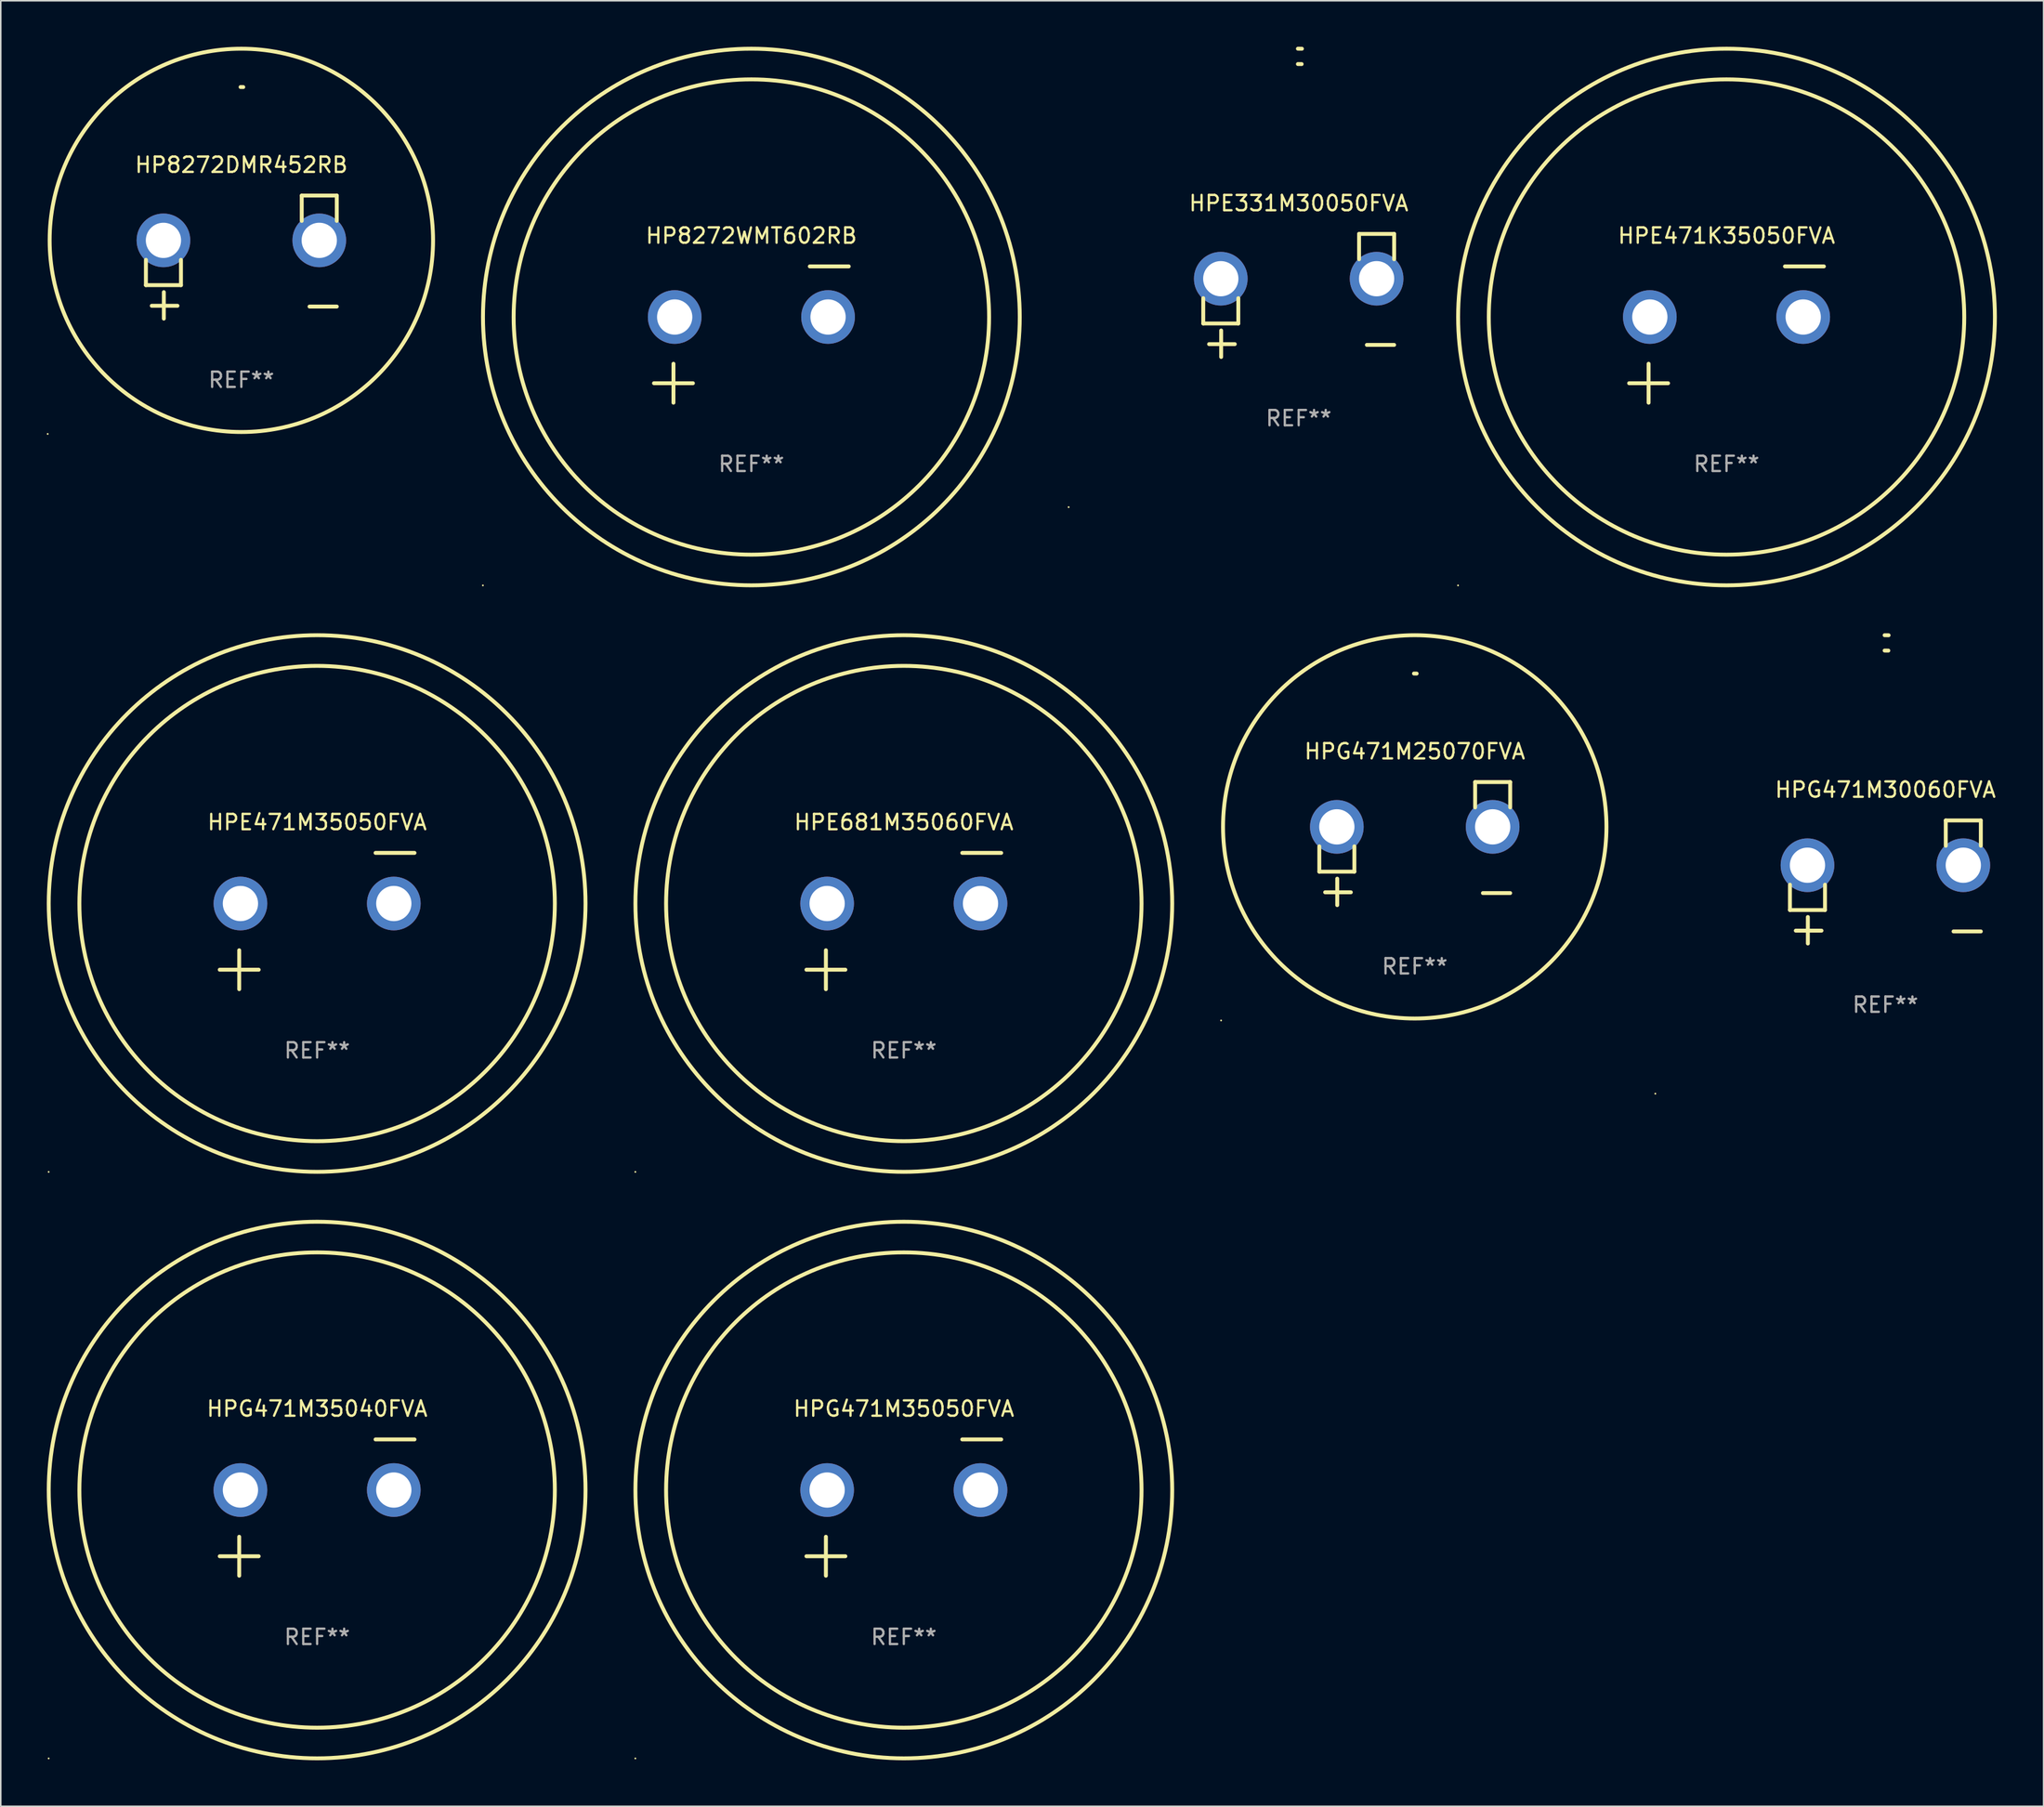
<source format=kicad_pcb>
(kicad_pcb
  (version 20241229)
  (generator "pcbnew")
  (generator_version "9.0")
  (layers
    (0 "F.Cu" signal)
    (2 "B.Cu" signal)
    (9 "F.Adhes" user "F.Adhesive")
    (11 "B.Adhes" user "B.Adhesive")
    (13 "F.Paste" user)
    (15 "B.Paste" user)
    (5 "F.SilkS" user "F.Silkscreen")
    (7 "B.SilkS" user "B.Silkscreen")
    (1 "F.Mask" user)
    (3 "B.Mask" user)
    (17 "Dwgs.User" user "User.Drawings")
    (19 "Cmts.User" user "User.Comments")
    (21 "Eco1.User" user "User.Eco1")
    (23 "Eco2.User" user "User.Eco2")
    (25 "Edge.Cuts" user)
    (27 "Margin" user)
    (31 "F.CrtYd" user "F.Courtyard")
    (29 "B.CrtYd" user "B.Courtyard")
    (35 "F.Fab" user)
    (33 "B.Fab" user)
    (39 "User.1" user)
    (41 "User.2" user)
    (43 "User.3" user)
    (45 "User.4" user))
  (footprint "HPE331M30050FVA"
    (layer "F.Cu")
    (at 81.628 16.22)
    (property "Reference" "HPE331M30050FVA" (at 0 -6.013 0) (layer "F.SilkS") (effects (font (size 1 1) (thickness 0.15))))
    (attr through_hole)
    (fp_line (start -6.223 0.178) (end -6.223 1.829) (stroke (width 0.254) (type solid)) (layer "F.SilkS"))
    (fp_line (start -6.223 1.829) (end -3.937 1.829) (stroke (width 0.254) (type solid)) (layer "F.SilkS"))
    (fp_line (start -5.055 4.013) (end -5.055 2.286) (stroke (width 0.254) (type solid)) (layer "F.SilkS"))
    (fp_line (start -4.166 3.175) (end -5.842 3.175) (stroke (width 0.254) (type solid)) (layer "F.SilkS"))
    (fp_line (start -3.937 1.829) (end -3.937 0.178) (stroke (width 0.254) (type solid)) (layer "F.SilkS"))
    (fp_line (start 3.937 -4.013) (end 3.937 -2.362) (stroke (width 0.254) (type solid)) (layer "F.SilkS"))
    (fp_line (start 6.223 -4.013) (end 3.937 -4.013) (stroke (width 0.254) (type solid)) (layer "F.SilkS"))
    (fp_line (start 6.223 -2.362) (end 6.223 -4.013) (stroke (width 0.254) (type solid)) (layer "F.SilkS"))
    (fp_line (start 6.223 3.226) (end 4.445 3.226) (stroke (width 0.254) (type solid)) (layer "F.SilkS"))
    (fp_arc (start -0.0508 -16.093472) (mid 0.080016 -16.092762) (end 0.210821 -16.090932) (stroke (width 0.254001) (type solid)) (layer "F.SilkS"))
    (fp_arc (start -0.0508 -15.09271) (mid 0.071125 -15.091961) (end 0.19304 -15.09017) (stroke (width 0.254001) (type solid)) (layer "F.SilkS"))
    (fp_circle (center -15 13.808) (end -14.97 13.808) (stroke (width 0.06) (type solid)) (fill no) (layer "F.SilkS"))
    (fp_text user "REF**" (at 0 8.013 0) (layer "F.Fab") (effects (font (size 1 1) (thickness 0.15))))
    (pad "1" thru_hole circle (at -5.08 -1.092) (size 3.5 3.5) (drill 2.3) (layers "*.Cu" "*.Mask"))
    (pad "2" thru_hole circle (at 5.08 -1.092) (size 3.5 3.5) (drill 2.3) (layers "*.Cu" "*.Mask")))
  (footprint "HPG471M35040FVA"
    (layer "F.Cu")
    (at 17.627 95.279)
    (property "Reference" "HPG471M35040FVA" (at 0 -6.445 0) (layer "F.SilkS") (effects (font (size 1 1) (thickness 0.15))))
    (attr through_hole)
    (fp_line (start -6.35 3.175) (end -3.81 3.175) (stroke (width 0.254) (type solid)) (layer "F.SilkS"))
    (fp_line (start -5.08 1.905) (end -5.08 4.445) (stroke (width 0.254) (type solid)) (layer "F.SilkS"))
    (fp_line (start 3.81 -4.445) (end 6.35 -4.445) (stroke (width 0.254) (type solid)) (layer "F.SilkS"))
    (fp_circle (center -17.505 16.362) (end -17.475 16.362) (stroke (width 0.06) (type solid)) (fill no) (layer "F.SilkS"))
    (fp_circle (center 0 -1.143) (end 15.5 -1.143) (stroke (width 0.254) (type solid)) (fill no) (layer "F.SilkS"))
    (fp_circle (center 0 -1.143) (end 17.5 -1.143) (stroke (width 0.254) (type solid)) (fill no) (layer "F.SilkS"))
    (fp_text user "REF**" (at 0 8.445 0) (layer "F.Fab") (effects (font (size 1 1) (thickness 0.15))))
    (pad "1" thru_hole circle (at -5 -1.143) (size 3.5 3.5) (drill 2.3) (layers "*.Cu" "*.Mask"))
    (pad "2" thru_hole circle (at 5 -1.143) (size 3.5 3.5) (drill 2.3) (layers "*.Cu" "*.Mask")))
  (footprint "HP8272DMR452RB"
    (layer "F.Cu")
    (at 12.687 13.719)
    (property "Reference" "HP8272DMR452RB" (at 0 -6.013 0) (layer "F.SilkS") (effects (font (size 1 1) (thickness 0.15))))
    (attr through_hole)
    (fp_line (start -6.223 0.178) (end -6.223 1.829) (stroke (width 0.254) (type solid)) (layer "F.SilkS"))
    (fp_line (start -6.223 1.829) (end -3.937 1.829) (stroke (width 0.254) (type solid)) (layer "F.SilkS"))
    (fp_line (start -5.055 4.013) (end -5.055 2.286) (stroke (width 0.254) (type solid)) (layer "F.SilkS"))
    (fp_line (start -4.166 3.175) (end -5.842 3.175) (stroke (width 0.254) (type solid)) (layer "F.SilkS"))
    (fp_line (start -3.937 1.829) (end -3.937 0.178) (stroke (width 0.254) (type solid)) (layer "F.SilkS"))
    (fp_line (start 3.937 -4.013) (end 3.937 -2.362) (stroke (width 0.254) (type solid)) (layer "F.SilkS"))
    (fp_line (start 6.223 -4.013) (end 3.937 -4.013) (stroke (width 0.254) (type solid)) (layer "F.SilkS"))
    (fp_line (start 6.223 -2.362) (end 6.223 -4.013) (stroke (width 0.254) (type solid)) (layer "F.SilkS"))
    (fp_line (start 6.223 3.226) (end 4.445 3.226) (stroke (width 0.254) (type solid)) (layer "F.SilkS"))
    (fp_arc (start -0.0508 -11.092202) (mid 0.036835 -11.091307) (end 0.12446 -11.089662) (stroke (width 0.254001) (type solid)) (layer "F.SilkS"))
    (fp_circle (center -12.627 11.535) (end -12.597 11.535) (stroke (width 0.06) (type solid)) (fill no) (layer "F.SilkS"))
    (fp_circle (center 0 -1.092) (end 12.5 -1.092) (stroke (width 0.254) (type solid)) (fill no) (layer "F.SilkS"))
    (fp_text user "REF**" (at 0 8.013 0) (layer "F.Fab") (effects (font (size 1 1) (thickness 0.15))))
    (pad "1" thru_hole circle (at -5.08 -1.092) (size 3.5 3.5) (drill 2.3) (layers "*.Cu" "*.Mask"))
    (pad "2" thru_hole circle (at 5.08 -1.092) (size 3.5 3.5) (drill 2.3) (layers "*.Cu" "*.Mask")))
  (footprint "HPE471K35050FVA"
    (layer "F.Cu")
    (at 109.523 18.77)
    (property "Reference" "HPE471K35050FVA" (at 0 -6.445 0) (layer "F.SilkS") (effects (font (size 1 1) (thickness 0.15))))
    (attr through_hole)
    (fp_line (start -6.35 3.175) (end -3.81 3.175) (stroke (width 0.254) (type solid)) (layer "F.SilkS"))
    (fp_line (start -5.08 1.905) (end -5.08 4.445) (stroke (width 0.254) (type solid)) (layer "F.SilkS"))
    (fp_line (start 3.81 -4.445) (end 6.35 -4.445) (stroke (width 0.254) (type solid)) (layer "F.SilkS"))
    (fp_circle (center -17.505 16.362) (end -17.475 16.362) (stroke (width 0.06) (type solid)) (fill no) (layer "F.SilkS"))
    (fp_circle (center 0 -1.143) (end 15.5 -1.143) (stroke (width 0.254) (type solid)) (fill no) (layer "F.SilkS"))
    (fp_circle (center 0 -1.143) (end 17.5 -1.143) (stroke (width 0.254) (type solid)) (fill no) (layer "F.SilkS"))
    (fp_text user "REF**" (at 0 8.445 0) (layer "F.Fab") (effects (font (size 1 1) (thickness 0.15))))
    (pad "1" thru_hole circle (at -5 -1.143) (size 3.5 3.5) (drill 2.3) (layers "*.Cu" "*.Mask"))
    (pad "2" thru_hole circle (at 5 -1.143) (size 3.5 3.5) (drill 2.3) (layers "*.Cu" "*.Mask")))
  (footprint "HPG471M35050FVA"
    (layer "F.Cu")
    (at 55.881 95.279)
    (property "Reference" "HPG471M35050FVA" (at 0 -6.445 0) (layer "F.SilkS") (effects (font (size 1 1) (thickness 0.15))))
    (attr through_hole)
    (fp_line (start -6.35 3.175) (end -3.81 3.175) (stroke (width 0.254) (type solid)) (layer "F.SilkS"))
    (fp_line (start -5.08 1.905) (end -5.08 4.445) (stroke (width 0.254) (type solid)) (layer "F.SilkS"))
    (fp_line (start 3.81 -4.445) (end 6.35 -4.445) (stroke (width 0.254) (type solid)) (layer "F.SilkS"))
    (fp_circle (center -17.505 16.362) (end -17.475 16.362) (stroke (width 0.06) (type solid)) (fill no) (layer "F.SilkS"))
    (fp_circle (center 0 -1.143) (end 15.5 -1.143) (stroke (width 0.254) (type solid)) (fill no) (layer "F.SilkS"))
    (fp_circle (center 0 -1.143) (end 17.5 -1.143) (stroke (width 0.254) (type solid)) (fill no) (layer "F.SilkS"))
    (fp_text user "REF**" (at 0 8.445 0) (layer "F.Fab") (effects (font (size 1 1) (thickness 0.15))))
    (pad "1" thru_hole circle (at -5 -1.143) (size 3.5 3.5) (drill 2.3) (layers "*.Cu" "*.Mask"))
    (pad "2" thru_hole circle (at 5 -1.143) (size 3.5 3.5) (drill 2.3) (layers "*.Cu" "*.Mask")))
  (footprint "HPG471M30060FVA"
    (layer "F.Cu")
    (at 119.882 54.475)
    (property "Reference" "HPG471M30060FVA" (at 0 -6.013 0) (layer "F.SilkS") (effects (font (size 1 1) (thickness 0.15))))
    (attr through_hole)
    (fp_line (start -6.223 0.178) (end -6.223 1.829) (stroke (width 0.254) (type solid)) (layer "F.SilkS"))
    (fp_line (start -6.223 1.829) (end -3.937 1.829) (stroke (width 0.254) (type solid)) (layer "F.SilkS"))
    (fp_line (start -5.055 4.013) (end -5.055 2.286) (stroke (width 0.254) (type solid)) (layer "F.SilkS"))
    (fp_line (start -4.166 3.175) (end -5.842 3.175) (stroke (width 0.254) (type solid)) (layer "F.SilkS"))
    (fp_line (start -3.937 1.829) (end -3.937 0.178) (stroke (width 0.254) (type solid)) (layer "F.SilkS"))
    (fp_line (start 3.937 -4.013) (end 3.937 -2.362) (stroke (width 0.254) (type solid)) (layer "F.SilkS"))
    (fp_line (start 6.223 -4.013) (end 3.937 -4.013) (stroke (width 0.254) (type solid)) (layer "F.SilkS"))
    (fp_line (start 6.223 -2.362) (end 6.223 -4.013) (stroke (width 0.254) (type solid)) (layer "F.SilkS"))
    (fp_line (start 6.223 3.226) (end 4.445 3.226) (stroke (width 0.254) (type solid)) (layer "F.SilkS"))
    (fp_arc (start -0.0508 -16.093472) (mid 0.080016 -16.092762) (end 0.210821 -16.090932) (stroke (width 0.254001) (type solid)) (layer "F.SilkS"))
    (fp_arc (start -0.0508 -15.09271) (mid 0.071125 -15.091961) (end 0.19304 -15.09017) (stroke (width 0.254001) (type solid)) (layer "F.SilkS"))
    (fp_circle (center -15 13.808) (end -14.97 13.808) (stroke (width 0.06) (type solid)) (fill no) (layer "F.SilkS"))
    (fp_text user "REF**" (at 0 8.013 0) (layer "F.Fab") (effects (font (size 1 1) (thickness 0.15))))
    (pad "1" thru_hole circle (at -5.08 -1.092) (size 3.5 3.5) (drill 2.3) (layers "*.Cu" "*.Mask"))
    (pad "2" thru_hole circle (at 5.08 -1.092) (size 3.5 3.5) (drill 2.3) (layers "*.Cu" "*.Mask")))
  (footprint "HPE681M35060FVA"
    (layer "F.Cu")
    (at 55.881 57.024)
    (property "Reference" "HPE681M35060FVA" (at 0 -6.445 0) (layer "F.SilkS") (effects (font (size 1 1) (thickness 0.15))))
    (attr through_hole)
    (fp_line (start -6.35 3.175) (end -3.81 3.175) (stroke (width 0.254) (type solid)) (layer "F.SilkS"))
    (fp_line (start -5.08 1.905) (end -5.08 4.445) (stroke (width 0.254) (type solid)) (layer "F.SilkS"))
    (fp_line (start 3.81 -4.445) (end 6.35 -4.445) (stroke (width 0.254) (type solid)) (layer "F.SilkS"))
    (fp_circle (center -17.505 16.362) (end -17.475 16.362) (stroke (width 0.06) (type solid)) (fill no) (layer "F.SilkS"))
    (fp_circle (center 0 -1.143) (end 15.5 -1.143) (stroke (width 0.254) (type solid)) (fill no) (layer "F.SilkS"))
    (fp_circle (center 0 -1.143) (end 17.5 -1.143) (stroke (width 0.254) (type solid)) (fill no) (layer "F.SilkS"))
    (fp_text user "REF**" (at 0 8.445 0) (layer "F.Fab") (effects (font (size 1 1) (thickness 0.15))))
    (pad "1" thru_hole circle (at -5 -1.143) (size 3.5 3.5) (drill 2.3) (layers "*.Cu" "*.Mask"))
    (pad "2" thru_hole circle (at 5 -1.143) (size 3.5 3.5) (drill 2.3) (layers "*.Cu" "*.Mask")))
  (footprint "HPE471M35050FVA"
    (layer "F.Cu")
    (at 17.627 57.024)
    (property "Reference" "HPE471M35050FVA" (at 0 -6.445 0) (layer "F.SilkS") (effects (font (size 1 1) (thickness 0.15))))
    (attr through_hole)
    (fp_line (start -6.35 3.175) (end -3.81 3.175) (stroke (width 0.254) (type solid)) (layer "F.SilkS"))
    (fp_line (start -5.08 1.905) (end -5.08 4.445) (stroke (width 0.254) (type solid)) (layer "F.SilkS"))
    (fp_line (start 3.81 -4.445) (end 6.35 -4.445) (stroke (width 0.254) (type solid)) (layer "F.SilkS"))
    (fp_circle (center -17.505 16.362) (end -17.475 16.362) (stroke (width 0.06) (type solid)) (fill no) (layer "F.SilkS"))
    (fp_circle (center 0 -1.143) (end 15.5 -1.143) (stroke (width 0.254) (type solid)) (fill no) (layer "F.SilkS"))
    (fp_circle (center 0 -1.143) (end 17.5 -1.143) (stroke (width 0.254) (type solid)) (fill no) (layer "F.SilkS"))
    (fp_text user "REF**" (at 0 8.445 0) (layer "F.Fab") (effects (font (size 1 1) (thickness 0.15))))
    (pad "1" thru_hole circle (at -5 -1.143) (size 3.5 3.5) (drill 2.3) (layers "*.Cu" "*.Mask"))
    (pad "2" thru_hole circle (at 5 -1.143) (size 3.5 3.5) (drill 2.3) (layers "*.Cu" "*.Mask")))
  (footprint "HPG471M25070FVA"
    (layer "F.Cu")
    (at 89.195 51.973)
    (property "Reference" "HPG471M25070FVA" (at 0 -6.013 0) (layer "F.SilkS") (effects (font (size 1 1) (thickness 0.15))))
    (attr through_hole)
    (fp_line (start -6.223 0.178) (end -6.223 1.829) (stroke (width 0.254) (type solid)) (layer "F.SilkS"))
    (fp_line (start -6.223 1.829) (end -3.937 1.829) (stroke (width 0.254) (type solid)) (layer "F.SilkS"))
    (fp_line (start -5.055 4.013) (end -5.055 2.286) (stroke (width 0.254) (type solid)) (layer "F.SilkS"))
    (fp_line (start -4.166 3.175) (end -5.842 3.175) (stroke (width 0.254) (type solid)) (layer "F.SilkS"))
    (fp_line (start -3.937 1.829) (end -3.937 0.178) (stroke (width 0.254) (type solid)) (layer "F.SilkS"))
    (fp_line (start 3.937 -4.013) (end 3.937 -2.362) (stroke (width 0.254) (type solid)) (layer "F.SilkS"))
    (fp_line (start 6.223 -4.013) (end 3.937 -4.013) (stroke (width 0.254) (type solid)) (layer "F.SilkS"))
    (fp_line (start 6.223 -2.362) (end 6.223 -4.013) (stroke (width 0.254) (type solid)) (layer "F.SilkS"))
    (fp_line (start 6.223 3.226) (end 4.445 3.226) (stroke (width 0.254) (type solid)) (layer "F.SilkS"))
    (fp_arc (start -0.0508 -11.092202) (mid 0.036835 -11.091307) (end 0.12446 -11.089662) (stroke (width 0.254001) (type solid)) (layer "F.SilkS"))
    (fp_circle (center -12.627 11.535) (end -12.597 11.535) (stroke (width 0.06) (type solid)) (fill no) (layer "F.SilkS"))
    (fp_circle (center 0 -1.092) (end 12.5 -1.092) (stroke (width 0.254) (type solid)) (fill no) (layer "F.SilkS"))
    (fp_text user "REF**" (at 0 8.013 0) (layer "F.Fab") (effects (font (size 1 1) (thickness 0.15))))
    (pad "1" thru_hole circle (at -5.08 -1.092) (size 3.5 3.5) (drill 2.3) (layers "*.Cu" "*.Mask"))
    (pad "2" thru_hole circle (at 5.08 -1.092) (size 3.5 3.5) (drill 2.3) (layers "*.Cu" "*.Mask")))
  (footprint "HP8272WMT602RB"
    (layer "F.Cu")
    (at 45.941 18.77)
    (property "Reference" "HP8272WMT602RB" (at 0 -6.445 0) (layer "F.SilkS") (effects (font (size 1 1) (thickness 0.15))))
    (attr through_hole)
    (fp_line (start -6.35 3.175) (end -3.81 3.175) (stroke (width 0.254) (type solid)) (layer "F.SilkS"))
    (fp_line (start -5.08 1.905) (end -5.08 4.445) (stroke (width 0.254) (type solid)) (layer "F.SilkS"))
    (fp_line (start 3.81 -4.445) (end 6.35 -4.445) (stroke (width 0.254) (type solid)) (layer "F.SilkS"))
    (fp_circle (center -17.505 16.362) (end -17.475 16.362) (stroke (width 0.06) (type solid)) (fill no) (layer "F.SilkS"))
    (fp_circle (center 0 -1.143) (end 15.5 -1.143) (stroke (width 0.254) (type solid)) (fill no) (layer "F.SilkS"))
    (fp_circle (center 0 -1.143) (end 17.5 -1.143) (stroke (width 0.254) (type solid)) (fill no) (layer "F.SilkS"))
    (fp_text user "REF**" (at 0 8.445 0) (layer "F.Fab") (effects (font (size 1 1) (thickness 0.15))))
    (pad "1" thru_hole circle (at -5 -1.143) (size 3.5 3.5) (drill 2.3) (layers "*.Cu" "*.Mask"))
    (pad "2" thru_hole circle (at 5 -1.143) (size 3.5 3.5) (drill 2.3) (layers "*.Cu" "*.Mask")))
  (gr_rect
    (start -3 -3)
    (end 130.198 114.763)
    (stroke (width 0.1) (type default))
    (fill no)
    (layer "Edge.Cuts")))
</source>
